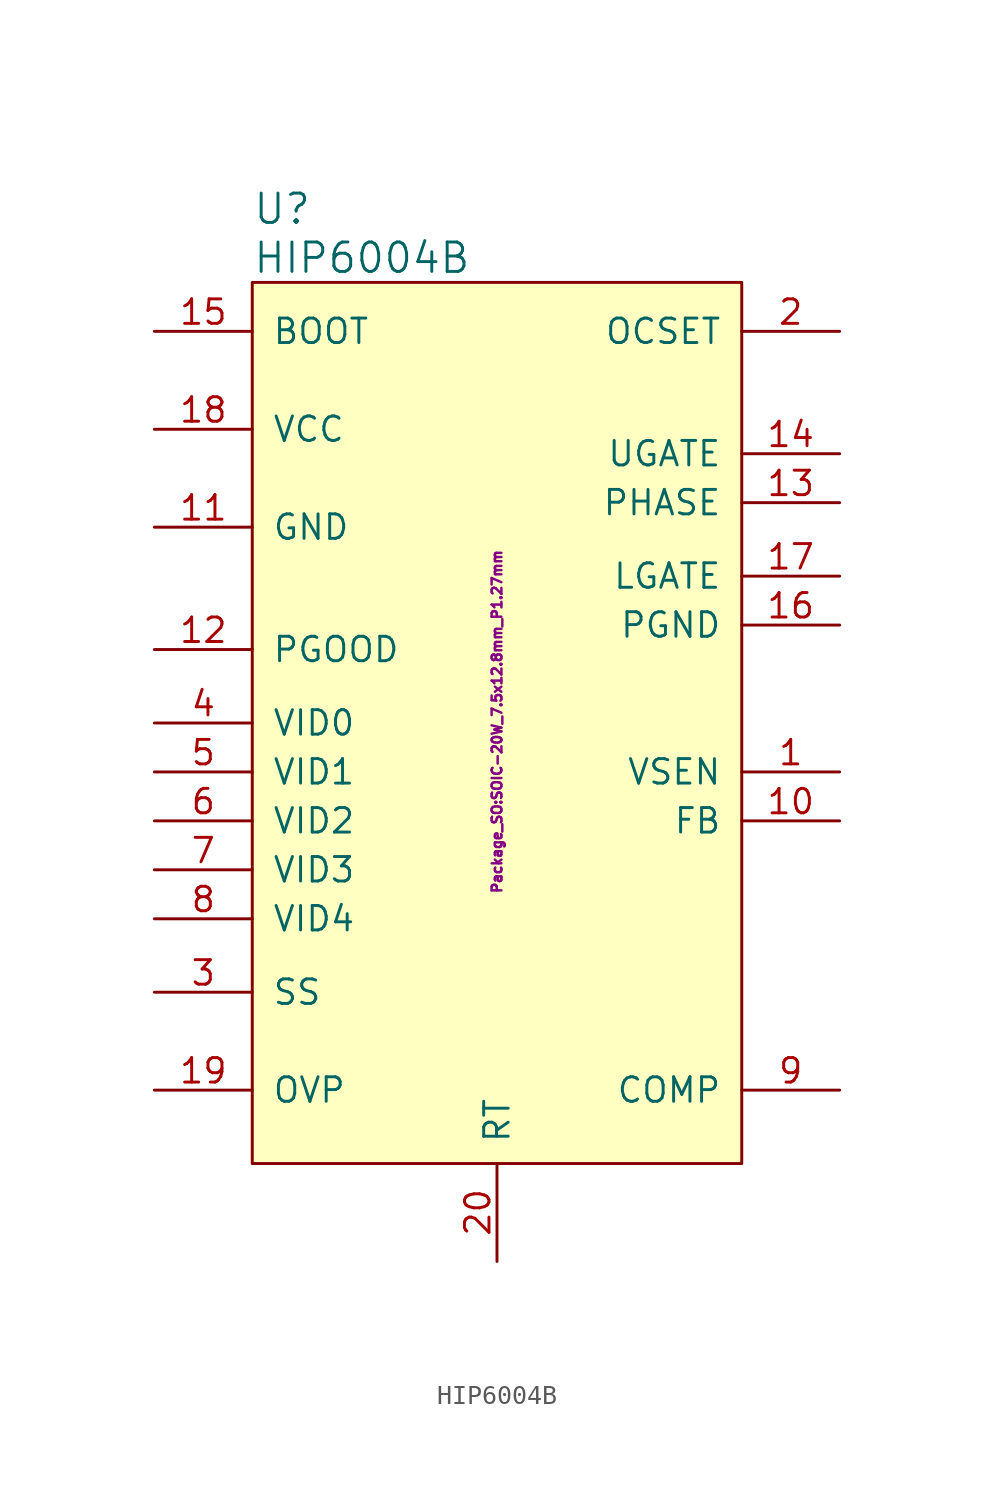
<source format=kicad_sym>
(kicad_symbol_lib
  (version 20211014)
  (generator kicad_symbol_editor)
  (symbol "HIP6004B"
    (pin_names
      (offset 1.016))
    (property "Reference" "U"
      (at -11.43 21.59 0)
      (effects (font (size 1.524 1.524)) (justify left)))
    (property "Value" "HIP6004B"
      (at -11.43 19.05 0)
      (effects (font (size 1.524 1.524)) (justify left)))
    (property "Footprint" "Package_SO:SOIC-20W_7.5x12.8mm_P1.27mm"
      (at 1.27 -13.97 90)
      (effects (font (size 0.508 0.508)) (justify left)))
    (symbol "HIP6004B_1_1"
      (rectangle (start -11.43 17.78) (end 13.97 -27.94) (stroke (width 0) (type default) (color 0 0 0 0)) (fill (type background)))
      (pin input line (at 19.05 -7.62 180) (length 5.08) (name "VSEN" (effects (font (size 1.27 1.27)))) (number "1" (effects (font (size 1.27 1.27)))))
      (pin power_in line (at 19.05 -10.16 180) (length 5.08) (name "FB" (effects (font (size 1.27 1.27)))) (number "10" (effects (font (size 1.27 1.27)))))
      (pin power_in line (at -16.51 5.08 0) (length 5.08) (name "GND" (effects (font (size 1.27 1.27)))) (number "11" (effects (font (size 1.27 1.27)))))
      (pin open_collector line (at -16.51 -1.27 0) (length 5.08) (name "PGOOD" (effects (font (size 1.27 1.27)))) (number "12" (effects (font (size 1.27 1.27)))))
      (pin input line (at 19.05 6.35 180) (length 5.08) (name "PHASE" (effects (font (size 1.27 1.27)))) (number "13" (effects (font (size 1.27 1.27)))))
      (pin output line (at 19.05 8.89 180) (length 5.08) (name "UGATE" (effects (font (size 1.27 1.27)))) (number "14" (effects (font (size 1.27 1.27)))))
      (pin output line (at -16.51 15.24 0) (length 5.08) (name "BOOT" (effects (font (size 1.27 1.27)))) (number "15" (effects (font (size 1.27 1.27)))))
      (pin power_in line (at 19.05 0 180) (length 5.08) (name "PGND" (effects (font (size 1.27 1.27)))) (number "16" (effects (font (size 1.27 1.27)))))
      (pin output line (at 19.05 2.54 180) (length 5.08) (name "LGATE" (effects (font (size 1.27 1.27)))) (number "17" (effects (font (size 1.27 1.27)))))
      (pin power_in line (at -16.51 10.16 0) (length 5.08) (name "VCC" (effects (font (size 1.27 1.27)))) (number "18" (effects (font (size 1.27 1.27)))))
      (pin output line (at -16.51 -24.13 0) (length 5.08) (name "OVP" (effects (font (size 1.27 1.27)))) (number "19" (effects (font (size 1.27 1.27)))))
      (pin input line (at 19.05 15.24 180) (length 5.08) (name "OCSET" (effects (font (size 1.27 1.27)))) (number "2" (effects (font (size 1.27 1.27)))))
      (pin input line (at 1.27 -33.02 90) (length 5.08) (name "RT" (effects (font (size 1.27 1.27)))) (number "20" (effects (font (size 1.27 1.27)))))
      (pin power_in line (at -16.51 -19.05 0) (length 5.08) (name "SS" (effects (font (size 1.27 1.27)))) (number "3" (effects (font (size 1.27 1.27)))))
      (pin input line (at -16.51 -5.08 0) (length 5.08) (name "VID0" (effects (font (size 1.27 1.27)))) (number "4" (effects (font (size 1.27 1.27)))))
      (pin input line (at -16.51 -7.62 0) (length 5.08) (name "VID1" (effects (font (size 1.27 1.27)))) (number "5" (effects (font (size 1.27 1.27)))))
      (pin input line (at -16.51 -10.16 0) (length 5.08) (name "VID2" (effects (font (size 1.27 1.27)))) (number "6" (effects (font (size 1.27 1.27)))))
      (pin input line (at -16.51 -12.7 0) (length 5.08) (name "VID3" (effects (font (size 1.27 1.27)))) (number "7" (effects (font (size 1.27 1.27)))))
      (pin input line (at -16.51 -15.24 0) (length 5.08) (name "VID4" (effects (font (size 1.27 1.27)))) (number "8" (effects (font (size 1.27 1.27)))))
      (pin power_in line (at 19.05 -24.13 180) (length 5.08) (name "COMP" (effects (font (size 1.27 1.27)))) (number "9" (effects (font (size 1.27 1.27))))))))
</source>
